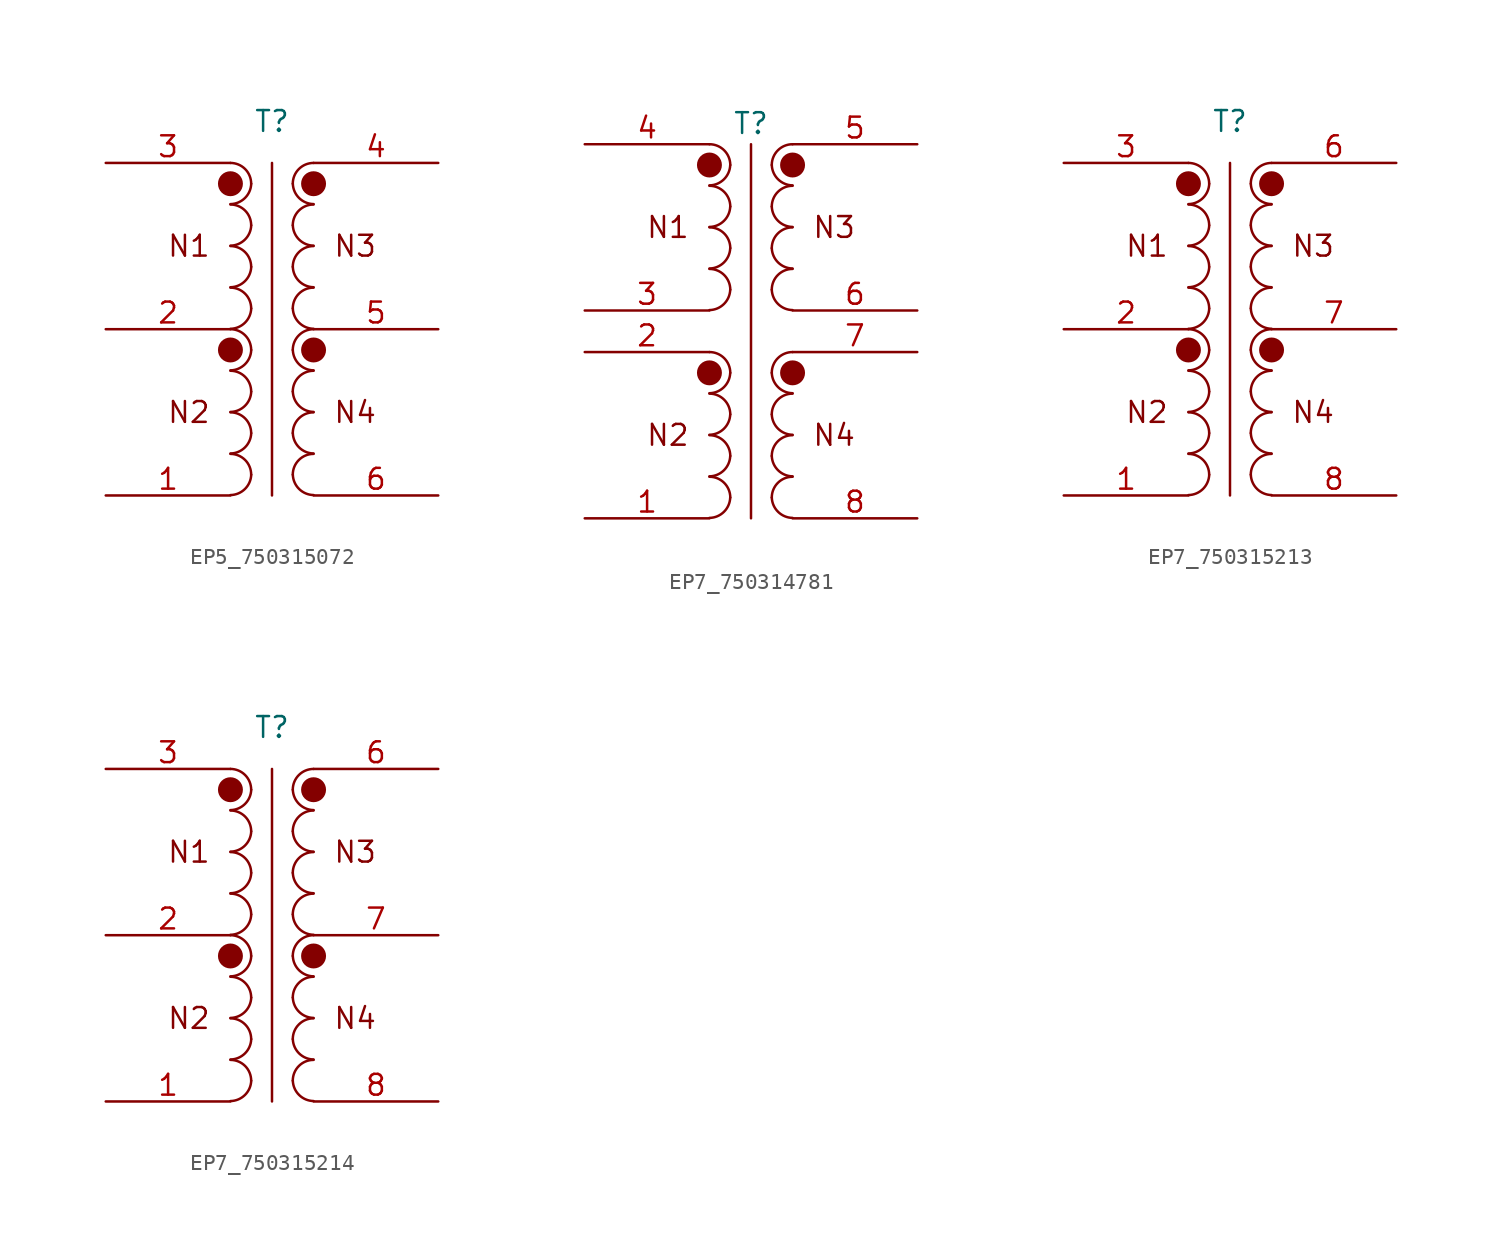
<source format=kicad_sym>
(kicad_symbol_lib
  (version 20220914)
  (generator kicad_symbol_editor)
  (symbol "EP5_750315072"
    (pin_names hide)
    (property "Reference" "T"
      (at 0 12.7 0)
      (effects (font (size 1.27 1.27))))
    (property "Critical Parameter" ""
      (at 0 -5.08 0)
      (effects (font (size 1.27 1.27)) (justify left)))
    (symbol "EP5_750315072_0_1"
      (arc (start -2.54 -10.1346) (mid -1.6561 -9.7663) (end -1.27 -8.89) (stroke (width 0) (type default)) (fill (type none)))
      (arc (start -2.54 -7.5946) (mid -1.6561 -7.2263) (end -1.27 -6.35) (stroke (width 0) (type default)) (fill (type none)))
      (arc (start -2.54 -5.0546) (mid -1.6561 -4.6863) (end -1.27 -3.81) (stroke (width 0) (type default)) (fill (type none)))
      (arc (start -2.54 -2.5146) (mid -1.6561 -2.1463) (end -1.27 -1.27) (stroke (width 0) (type default)) (fill (type none)))
      (arc (start -2.54 0.0254) (mid -1.6561 0.3937) (end -1.27 1.27) (stroke (width 0) (type default)) (fill (type none)))
      (arc (start -2.54 2.5654) (mid -1.6561 2.9337) (end -1.27 3.81) (stroke (width 0) (type default)) (fill (type none)))
      (arc (start -2.54 5.1054) (mid -1.6561 5.4737) (end -1.27 6.35) (stroke (width 0) (type default)) (fill (type none)))
      (arc (start -2.54 7.6454) (mid -1.6561 8.0137) (end -1.27 8.89) (stroke (width 0) (type default)) (fill (type none)))
      (arc (start -1.27 -8.89) (mid -1.642 -7.992) (end -2.54 -7.62) (stroke (width 0) (type default)) (fill (type none)))
      (arc (start -1.27 -6.35) (mid -1.642 -5.452) (end -2.54 -5.08) (stroke (width 0) (type default)) (fill (type none)))
      (arc (start -1.27 -3.81) (mid -1.642 -2.912) (end -2.54 -2.54) (stroke (width 0) (type default)) (fill (type none)))
      (arc (start -1.27 -1.27) (mid -1.642 -0.372) (end -2.54 0) (stroke (width 0) (type default)) (fill (type none)))
      (arc (start -1.27 1.27) (mid -1.642 2.168) (end -2.54 2.54) (stroke (width 0) (type default)) (fill (type none)))
      (arc (start -1.27 3.81) (mid -1.642 4.708) (end -2.54 5.08) (stroke (width 0) (type default)) (fill (type none)))
      (arc (start -1.27 6.35) (mid -1.642 7.248) (end -2.54 7.62) (stroke (width 0) (type default)) (fill (type none)))
      (arc (start -1.27 8.89) (mid -1.642 9.788) (end -2.54 10.16) (stroke (width 0) (type default)) (fill (type none)))
      (polyline (pts (xy 0 -10.16) (xy 0 10.16)) (stroke (width 0) (type default)) (fill (type none)))
      (arc (start 1.27 -8.89) (mid 1.6561 -9.7663) (end 2.54 -10.1346) (stroke (width 0) (type default)) (fill (type none)))
      (arc (start 1.27 -6.35) (mid 1.6561 -7.2263) (end 2.54 -7.5946) (stroke (width 0) (type default)) (fill (type none)))
      (arc (start 1.27 -3.81) (mid 1.6561 -4.6863) (end 2.54 -5.0546) (stroke (width 0) (type default)) (fill (type none)))
      (arc (start 1.27 -1.27) (mid 1.6561 -2.1463) (end 2.54 -2.5146) (stroke (width 0) (type default)) (fill (type none)))
      (arc (start 1.27 1.27) (mid 1.6561 0.3937) (end 2.54 0.0254) (stroke (width 0) (type default)) (fill (type none)))
      (arc (start 1.27 3.81) (mid 1.6561 2.9337) (end 2.54 2.5654) (stroke (width 0) (type default)) (fill (type none)))
      (arc (start 1.27 6.35) (mid 1.6561 5.4737) (end 2.54 5.1054) (stroke (width 0) (type default)) (fill (type none)))
      (arc (start 1.27 8.89) (mid 1.6561 8.0137) (end 2.54 7.6454) (stroke (width 0) (type default)) (fill (type none)))
      (arc (start 2.54 -7.62) (mid 1.642 -7.992) (end 1.27 -8.89) (stroke (width 0) (type default)) (fill (type none)))
      (arc (start 2.54 -5.08) (mid 1.642 -5.452) (end 1.27 -6.35) (stroke (width 0) (type default)) (fill (type none)))
      (arc (start 2.54 -2.54) (mid 1.642 -2.912) (end 1.27 -3.81) (stroke (width 0) (type default)) (fill (type none)))
      (arc (start 2.54 0) (mid 1.642 -0.372) (end 1.27 -1.27) (stroke (width 0) (type default)) (fill (type none)))
      (arc (start 2.54 2.54) (mid 1.642 2.168) (end 1.27 1.27) (stroke (width 0) (type default)) (fill (type none)))
      (arc (start 2.54 5.08) (mid 1.642 4.708) (end 1.27 3.81) (stroke (width 0) (type default)) (fill (type none)))
      (arc (start 2.54 7.62) (mid 1.642 7.248) (end 1.27 6.35) (stroke (width 0) (type default)) (fill (type none)))
      (arc (start 2.54 10.16) (mid 1.642 9.788) (end 1.27 8.89) (stroke (width 0) (type default)) (fill (type none))))
    (symbol "EP5_750315072_1_1"
      (circle (center -2.54 -1.27) (radius 0.0001) (stroke (width 0.762) (type default)) (fill (type none)))
      (circle (center -2.54 8.89) (radius 0.0001) (stroke (width 0.762) (type default)) (fill (type none)))
      (circle (center 2.54 -1.27) (radius 0.0001) (stroke (width 0.762) (type default)) (fill (type none)))
      (circle (center 2.54 8.89) (radius 0.0001) (stroke (width 0.762) (type default)) (fill (type none)))
      (text "N1" (at -5.08 5.08 0) (effects (font (size 1.27 1.27))))
      (text "N2" (at -5.08 -5.08 0) (effects (font (size 1.27 1.27))))
      (text "N3" (at 5.08 5.08 0) (effects (font (size 1.27 1.27))))
      (text "N4" (at 5.08 -5.08 0) (effects (font (size 1.27 1.27))))
      (pin passive line (at -10.16 -10.16 0) (length 7.62) (name "1" (effects (font (size 1.27 1.27)))) (number "1" (effects (font (size 1.27 1.27)))))
      (pin passive line (at -10.16 0 0) (length 7.62) (name "2" (effects (font (size 1.27 1.27)))) (number "2" (effects (font (size 1.27 1.27)))))
      (pin passive line (at -10.16 10.16 0) (length 7.62) (name "3" (effects (font (size 1.27 1.27)))) (number "3" (effects (font (size 1.27 1.27)))))
      (pin passive line (at 10.16 10.16 180) (length 7.62) (name "4" (effects (font (size 1.27 1.27)))) (number "4" (effects (font (size 1.27 1.27)))))
      (pin passive line (at 10.16 0 180) (length 7.62) (name "5" (effects (font (size 1.27 1.27)))) (number "5" (effects (font (size 1.27 1.27)))))
      (pin passive line (at 10.16 -10.16 180) (length 7.62) (name "6" (effects (font (size 1.27 1.27)))) (number "6" (effects (font (size 1.27 1.27)))))))
  (symbol "EP7_750314781"
    (pin_names hide)
    (property "Reference" "T"
      (at 0 12.7 0)
      (effects (font (size 1.27 1.27))))
    (property "Critical Parameter" ""
      (at 0 -6.35 0)
      (effects (font (size 1.27 1.27)) (justify left)))
    (symbol "EP7_750314781_0_1"
      (arc (start -2.54 -11.4046) (mid -1.6561 -11.0363) (end -1.27 -10.16) (stroke (width 0) (type default)) (fill (type none)))
      (arc (start -2.54 -8.8646) (mid -1.6561 -8.4963) (end -1.27 -7.62) (stroke (width 0) (type default)) (fill (type none)))
      (arc (start -2.54 -6.3246) (mid -1.6561 -5.9563) (end -1.27 -5.08) (stroke (width 0) (type default)) (fill (type none)))
      (arc (start -2.54 -3.7846) (mid -1.6561 -3.4163) (end -1.27 -2.54) (stroke (width 0) (type default)) (fill (type none)))
      (arc (start -2.54 1.2954) (mid -1.6561 1.6637) (end -1.27 2.54) (stroke (width 0) (type default)) (fill (type none)))
      (arc (start -2.54 3.8354) (mid -1.6561 4.2037) (end -1.27 5.08) (stroke (width 0) (type default)) (fill (type none)))
      (arc (start -2.54 6.3754) (mid -1.6561 6.7437) (end -1.27 7.62) (stroke (width 0) (type default)) (fill (type none)))
      (arc (start -2.54 8.9154) (mid -1.6561 9.2837) (end -1.27 10.16) (stroke (width 0) (type default)) (fill (type none)))
      (arc (start -1.27 -10.16) (mid -1.642 -9.262) (end -2.54 -8.89) (stroke (width 0) (type default)) (fill (type none)))
      (arc (start -1.27 -7.62) (mid -1.642 -6.722) (end -2.54 -6.35) (stroke (width 0) (type default)) (fill (type none)))
      (arc (start -1.27 -5.08) (mid -1.642 -4.182) (end -2.54 -3.81) (stroke (width 0) (type default)) (fill (type none)))
      (arc (start -1.27 -2.54) (mid -1.642 -1.642) (end -2.54 -1.27) (stroke (width 0) (type default)) (fill (type none)))
      (arc (start -1.27 2.54) (mid -1.642 3.438) (end -2.54 3.81) (stroke (width 0) (type default)) (fill (type none)))
      (arc (start -1.27 5.08) (mid -1.642 5.978) (end -2.54 6.35) (stroke (width 0) (type default)) (fill (type none)))
      (arc (start -1.27 7.62) (mid -1.642 8.518) (end -2.54 8.89) (stroke (width 0) (type default)) (fill (type none)))
      (arc (start -1.27 10.16) (mid -1.642 11.058) (end -2.54 11.43) (stroke (width 0) (type default)) (fill (type none)))
      (polyline (pts (xy 0 -11.43) (xy 0 11.43)) (stroke (width 0) (type default)) (fill (type none)))
      (arc (start 1.27 -10.16) (mid 1.6561 -11.0363) (end 2.54 -11.4046) (stroke (width 0) (type default)) (fill (type none)))
      (arc (start 1.27 -7.62) (mid 1.6561 -8.4963) (end 2.54 -8.8646) (stroke (width 0) (type default)) (fill (type none)))
      (arc (start 1.27 -5.08) (mid 1.6561 -5.9563) (end 2.54 -6.3246) (stroke (width 0) (type default)) (fill (type none)))
      (arc (start 1.27 -2.54) (mid 1.6561 -3.4163) (end 2.54 -3.7846) (stroke (width 0) (type default)) (fill (type none)))
      (arc (start 1.27 2.54) (mid 1.6561 1.6637) (end 2.54 1.2954) (stroke (width 0) (type default)) (fill (type none)))
      (arc (start 1.27 5.08) (mid 1.6561 4.2037) (end 2.54 3.8354) (stroke (width 0) (type default)) (fill (type none)))
      (arc (start 1.27 7.62) (mid 1.6561 6.7437) (end 2.54 6.3754) (stroke (width 0) (type default)) (fill (type none)))
      (arc (start 1.27 10.16) (mid 1.6561 9.2837) (end 2.54 8.9154) (stroke (width 0) (type default)) (fill (type none)))
      (arc (start 2.54 -8.89) (mid 1.642 -9.262) (end 1.27 -10.16) (stroke (width 0) (type default)) (fill (type none)))
      (arc (start 2.54 -6.35) (mid 1.642 -6.722) (end 1.27 -7.62) (stroke (width 0) (type default)) (fill (type none)))
      (arc (start 2.54 -3.81) (mid 1.642 -4.182) (end 1.27 -5.08) (stroke (width 0) (type default)) (fill (type none)))
      (arc (start 2.54 -1.27) (mid 1.642 -1.642) (end 1.27 -2.54) (stroke (width 0) (type default)) (fill (type none)))
      (arc (start 2.54 3.81) (mid 1.642 3.438) (end 1.27 2.54) (stroke (width 0) (type default)) (fill (type none)))
      (arc (start 2.54 6.35) (mid 1.642 5.978) (end 1.27 5.08) (stroke (width 0) (type default)) (fill (type none)))
      (arc (start 2.54 8.89) (mid 1.642 8.518) (end 1.27 7.62) (stroke (width 0) (type default)) (fill (type none)))
      (arc (start 2.54 11.43) (mid 1.642 11.058) (end 1.27 10.16) (stroke (width 0) (type default)) (fill (type none))))
    (symbol "EP7_750314781_1_1"
      (circle (center -2.54 -2.54) (radius 0.0001) (stroke (width 0.762) (type default)) (fill (type none)))
      (circle (center -2.54 10.16) (radius 0.0001) (stroke (width 0.762) (type default)) (fill (type none)))
      (circle (center 2.54 -2.54) (radius 0.0001) (stroke (width 0.762) (type default)) (fill (type none)))
      (circle (center 2.54 10.16) (radius 0.0001) (stroke (width 0.762) (type default)) (fill (type none)))
      (text "N1" (at -5.08 6.35 0) (effects (font (size 1.27 1.27))))
      (text "N2" (at -5.08 -6.35 0) (effects (font (size 1.27 1.27))))
      (text "N3" (at 5.08 6.35 0) (effects (font (size 1.27 1.27))))
      (text "N4" (at 5.08 -6.35 0) (effects (font (size 1.27 1.27))))
      (pin passive line (at -10.16 -11.43 0) (length 7.62) (name "1" (effects (font (size 1.27 1.27)))) (number "1" (effects (font (size 1.27 1.27)))))
      (pin passive line (at -10.16 -1.27 0) (length 7.62) (name "2" (effects (font (size 1.27 1.27)))) (number "2" (effects (font (size 1.27 1.27)))))
      (pin passive line (at -10.16 1.27 0) (length 7.62) (name "3" (effects (font (size 1.27 1.27)))) (number "3" (effects (font (size 1.27 1.27)))))
      (pin passive line (at -10.16 11.43 0) (length 7.62) (name "4" (effects (font (size 1.27 1.27)))) (number "4" (effects (font (size 1.27 1.27)))))
      (pin passive line (at 10.16 11.43 180) (length 7.62) (name "5" (effects (font (size 1.27 1.27)))) (number "5" (effects (font (size 1.27 1.27)))))
      (pin passive line (at 10.16 1.27 180) (length 7.62) (name "6" (effects (font (size 1.27 1.27)))) (number "6" (effects (font (size 1.27 1.27)))))
      (pin passive line (at 10.16 -1.27 180) (length 7.62) (name "7" (effects (font (size 1.27 1.27)))) (number "7" (effects (font (size 1.27 1.27)))))
      (pin passive line (at 10.16 -11.43 180) (length 7.62) (name "8" (effects (font (size 1.27 1.27)))) (number "8" (effects (font (size 1.27 1.27)))))))
  (symbol "EP7_750315213"
    (pin_names hide)
    (property "Reference" "T"
      (at 0 12.7 0)
      (effects (font (size 1.27 1.27))))
    (property "Critical Parameter" ""
      (at 0 -5.08 0)
      (effects (font (size 1.27 1.27)) (justify left)))
    (symbol "EP7_750315213_0_1"
      (arc (start -2.54 -10.1346) (mid -1.6561 -9.7663) (end -1.27 -8.89) (stroke (width 0) (type default)) (fill (type none)))
      (arc (start -2.54 -7.5946) (mid -1.6561 -7.2263) (end -1.27 -6.35) (stroke (width 0) (type default)) (fill (type none)))
      (arc (start -2.54 -5.0546) (mid -1.6561 -4.6863) (end -1.27 -3.81) (stroke (width 0) (type default)) (fill (type none)))
      (arc (start -2.54 -2.5146) (mid -1.6561 -2.1463) (end -1.27 -1.27) (stroke (width 0) (type default)) (fill (type none)))
      (arc (start -2.54 0.0254) (mid -1.6561 0.3937) (end -1.27 1.27) (stroke (width 0) (type default)) (fill (type none)))
      (arc (start -2.54 2.5654) (mid -1.6561 2.9337) (end -1.27 3.81) (stroke (width 0) (type default)) (fill (type none)))
      (arc (start -2.54 5.1054) (mid -1.6561 5.4737) (end -1.27 6.35) (stroke (width 0) (type default)) (fill (type none)))
      (arc (start -2.54 7.6454) (mid -1.6561 8.0137) (end -1.27 8.89) (stroke (width 0) (type default)) (fill (type none)))
      (arc (start -1.27 -8.89) (mid -1.642 -7.992) (end -2.54 -7.62) (stroke (width 0) (type default)) (fill (type none)))
      (arc (start -1.27 -6.35) (mid -1.642 -5.452) (end -2.54 -5.08) (stroke (width 0) (type default)) (fill (type none)))
      (arc (start -1.27 -3.81) (mid -1.642 -2.912) (end -2.54 -2.54) (stroke (width 0) (type default)) (fill (type none)))
      (arc (start -1.27 -1.27) (mid -1.642 -0.372) (end -2.54 0) (stroke (width 0) (type default)) (fill (type none)))
      (arc (start -1.27 1.27) (mid -1.642 2.168) (end -2.54 2.54) (stroke (width 0) (type default)) (fill (type none)))
      (arc (start -1.27 3.81) (mid -1.642 4.708) (end -2.54 5.08) (stroke (width 0) (type default)) (fill (type none)))
      (arc (start -1.27 6.35) (mid -1.642 7.248) (end -2.54 7.62) (stroke (width 0) (type default)) (fill (type none)))
      (arc (start -1.27 8.89) (mid -1.642 9.788) (end -2.54 10.16) (stroke (width 0) (type default)) (fill (type none)))
      (polyline (pts (xy 0 -10.16) (xy 0 10.16)) (stroke (width 0) (type default)) (fill (type none)))
      (arc (start 1.27 -8.89) (mid 1.6561 -9.7663) (end 2.54 -10.1346) (stroke (width 0) (type default)) (fill (type none)))
      (arc (start 1.27 -6.35) (mid 1.6561 -7.2263) (end 2.54 -7.5946) (stroke (width 0) (type default)) (fill (type none)))
      (arc (start 1.27 -3.81) (mid 1.6561 -4.6863) (end 2.54 -5.0546) (stroke (width 0) (type default)) (fill (type none)))
      (arc (start 1.27 -1.27) (mid 1.6561 -2.1463) (end 2.54 -2.5146) (stroke (width 0) (type default)) (fill (type none)))
      (arc (start 1.27 1.27) (mid 1.6561 0.3937) (end 2.54 0.0254) (stroke (width 0) (type default)) (fill (type none)))
      (arc (start 1.27 3.81) (mid 1.6561 2.9337) (end 2.54 2.5654) (stroke (width 0) (type default)) (fill (type none)))
      (arc (start 1.27 6.35) (mid 1.6561 5.4737) (end 2.54 5.1054) (stroke (width 0) (type default)) (fill (type none)))
      (arc (start 1.27 8.89) (mid 1.6561 8.0137) (end 2.54 7.6454) (stroke (width 0) (type default)) (fill (type none)))
      (arc (start 2.54 -7.62) (mid 1.642 -7.992) (end 1.27 -8.89) (stroke (width 0) (type default)) (fill (type none)))
      (arc (start 2.54 -5.08) (mid 1.642 -5.452) (end 1.27 -6.35) (stroke (width 0) (type default)) (fill (type none)))
      (arc (start 2.54 -2.54) (mid 1.642 -2.912) (end 1.27 -3.81) (stroke (width 0) (type default)) (fill (type none)))
      (arc (start 2.54 0) (mid 1.642 -0.372) (end 1.27 -1.27) (stroke (width 0) (type default)) (fill (type none)))
      (arc (start 2.54 2.54) (mid 1.642 2.168) (end 1.27 1.27) (stroke (width 0) (type default)) (fill (type none)))
      (arc (start 2.54 5.08) (mid 1.642 4.708) (end 1.27 3.81) (stroke (width 0) (type default)) (fill (type none)))
      (arc (start 2.54 7.62) (mid 1.642 7.248) (end 1.27 6.35) (stroke (width 0) (type default)) (fill (type none)))
      (arc (start 2.54 10.16) (mid 1.642 9.788) (end 1.27 8.89) (stroke (width 0) (type default)) (fill (type none))))
    (symbol "EP7_750315213_1_1"
      (circle (center -2.54 -1.27) (radius 0.0001) (stroke (width 0.762) (type default)) (fill (type none)))
      (circle (center -2.54 8.89) (radius 0.0001) (stroke (width 0.762) (type default)) (fill (type none)))
      (circle (center 2.54 -1.27) (radius 0.0001) (stroke (width 0.762) (type default)) (fill (type none)))
      (circle (center 2.54 8.89) (radius 0.0001) (stroke (width 0.762) (type default)) (fill (type none)))
      (text "N1" (at -5.08 5.08 0) (effects (font (size 1.27 1.27))))
      (text "N2" (at -5.08 -5.08 0) (effects (font (size 1.27 1.27))))
      (text "N3" (at 5.08 5.08 0) (effects (font (size 1.27 1.27))))
      (text "N4" (at 5.08 -5.08 0) (effects (font (size 1.27 1.27))))
      (pin passive line (at -10.16 -10.16 0) (length 7.62) (name "1" (effects (font (size 1.27 1.27)))) (number "1" (effects (font (size 1.27 1.27)))))
      (pin passive line (at -10.16 0 0) (length 7.62) (name "2" (effects (font (size 1.27 1.27)))) (number "2" (effects (font (size 1.27 1.27)))))
      (pin passive line (at -10.16 10.16 0) (length 7.62) (name "3" (effects (font (size 1.27 1.27)))) (number "3" (effects (font (size 1.27 1.27)))))
      (pin passive line (at 10.16 10.16 180) (length 7.62) (name "6" (effects (font (size 1.27 1.27)))) (number "6" (effects (font (size 1.27 1.27)))))
      (pin passive line (at 10.16 0 180) (length 7.62) (name "7" (effects (font (size 1.27 1.27)))) (number "7" (effects (font (size 1.27 1.27)))))
      (pin passive line (at 10.16 -10.16 180) (length 7.62) (name "8" (effects (font (size 1.27 1.27)))) (number "8" (effects (font (size 1.27 1.27)))))))
  (symbol "EP7_750315214"
    (pin_names hide)
    (property "Reference" "T"
      (at 0 12.7 0)
      (effects (font (size 1.27 1.27))))
    (property "Critical Parameter" ""
      (at 0 -5.08 0)
      (effects (font (size 1.27 1.27)) (justify left)))
    (symbol "EP7_750315214_0_1"
      (arc (start -2.54 -10.1346) (mid -1.6561 -9.7663) (end -1.27 -8.89) (stroke (width 0) (type default)) (fill (type none)))
      (arc (start -2.54 -7.5946) (mid -1.6561 -7.2263) (end -1.27 -6.35) (stroke (width 0) (type default)) (fill (type none)))
      (arc (start -2.54 -5.0546) (mid -1.6561 -4.6863) (end -1.27 -3.81) (stroke (width 0) (type default)) (fill (type none)))
      (arc (start -2.54 -2.5146) (mid -1.6561 -2.1463) (end -1.27 -1.27) (stroke (width 0) (type default)) (fill (type none)))
      (arc (start -2.54 0.0254) (mid -1.6561 0.3937) (end -1.27 1.27) (stroke (width 0) (type default)) (fill (type none)))
      (arc (start -2.54 2.5654) (mid -1.6561 2.9337) (end -1.27 3.81) (stroke (width 0) (type default)) (fill (type none)))
      (arc (start -2.54 5.1054) (mid -1.6561 5.4737) (end -1.27 6.35) (stroke (width 0) (type default)) (fill (type none)))
      (arc (start -2.54 7.6454) (mid -1.6561 8.0137) (end -1.27 8.89) (stroke (width 0) (type default)) (fill (type none)))
      (arc (start -1.27 -8.89) (mid -1.642 -7.992) (end -2.54 -7.62) (stroke (width 0) (type default)) (fill (type none)))
      (arc (start -1.27 -6.35) (mid -1.642 -5.452) (end -2.54 -5.08) (stroke (width 0) (type default)) (fill (type none)))
      (arc (start -1.27 -3.81) (mid -1.642 -2.912) (end -2.54 -2.54) (stroke (width 0) (type default)) (fill (type none)))
      (arc (start -1.27 -1.27) (mid -1.642 -0.372) (end -2.54 0) (stroke (width 0) (type default)) (fill (type none)))
      (arc (start -1.27 1.27) (mid -1.642 2.168) (end -2.54 2.54) (stroke (width 0) (type default)) (fill (type none)))
      (arc (start -1.27 3.81) (mid -1.642 4.708) (end -2.54 5.08) (stroke (width 0) (type default)) (fill (type none)))
      (arc (start -1.27 6.35) (mid -1.642 7.248) (end -2.54 7.62) (stroke (width 0) (type default)) (fill (type none)))
      (arc (start -1.27 8.89) (mid -1.642 9.788) (end -2.54 10.16) (stroke (width 0) (type default)) (fill (type none)))
      (polyline (pts (xy 0 -10.16) (xy 0 10.16)) (stroke (width 0) (type default)) (fill (type none)))
      (arc (start 1.27 -8.89) (mid 1.6561 -9.7663) (end 2.54 -10.1346) (stroke (width 0) (type default)) (fill (type none)))
      (arc (start 1.27 -6.35) (mid 1.6561 -7.2263) (end 2.54 -7.5946) (stroke (width 0) (type default)) (fill (type none)))
      (arc (start 1.27 -3.81) (mid 1.6561 -4.6863) (end 2.54 -5.0546) (stroke (width 0) (type default)) (fill (type none)))
      (arc (start 1.27 -1.27) (mid 1.6561 -2.1463) (end 2.54 -2.5146) (stroke (width 0) (type default)) (fill (type none)))
      (arc (start 1.27 1.27) (mid 1.6561 0.3937) (end 2.54 0.0254) (stroke (width 0) (type default)) (fill (type none)))
      (arc (start 1.27 3.81) (mid 1.6561 2.9337) (end 2.54 2.5654) (stroke (width 0) (type default)) (fill (type none)))
      (arc (start 1.27 6.35) (mid 1.6561 5.4737) (end 2.54 5.1054) (stroke (width 0) (type default)) (fill (type none)))
      (arc (start 1.27 8.89) (mid 1.6561 8.0137) (end 2.54 7.6454) (stroke (width 0) (type default)) (fill (type none)))
      (arc (start 2.54 -7.62) (mid 1.642 -7.992) (end 1.27 -8.89) (stroke (width 0) (type default)) (fill (type none)))
      (arc (start 2.54 -5.08) (mid 1.642 -5.452) (end 1.27 -6.35) (stroke (width 0) (type default)) (fill (type none)))
      (arc (start 2.54 -2.54) (mid 1.642 -2.912) (end 1.27 -3.81) (stroke (width 0) (type default)) (fill (type none)))
      (arc (start 2.54 0) (mid 1.642 -0.372) (end 1.27 -1.27) (stroke (width 0) (type default)) (fill (type none)))
      (arc (start 2.54 2.54) (mid 1.642 2.168) (end 1.27 1.27) (stroke (width 0) (type default)) (fill (type none)))
      (arc (start 2.54 5.08) (mid 1.642 4.708) (end 1.27 3.81) (stroke (width 0) (type default)) (fill (type none)))
      (arc (start 2.54 7.62) (mid 1.642 7.248) (end 1.27 6.35) (stroke (width 0) (type default)) (fill (type none)))
      (arc (start 2.54 10.16) (mid 1.642 9.788) (end 1.27 8.89) (stroke (width 0) (type default)) (fill (type none))))
    (symbol "EP7_750315214_1_1"
      (circle (center -2.54 -1.27) (radius 0.0001) (stroke (width 0.762) (type default)) (fill (type none)))
      (circle (center -2.54 8.89) (radius 0.0001) (stroke (width 0.762) (type default)) (fill (type none)))
      (circle (center 2.54 -1.27) (radius 0.0001) (stroke (width 0.762) (type default)) (fill (type none)))
      (circle (center 2.54 8.89) (radius 0.0001) (stroke (width 0.762) (type default)) (fill (type none)))
      (text "N1" (at -5.08 5.08 0) (effects (font (size 1.27 1.27))))
      (text "N2" (at -5.08 -5.08 0) (effects (font (size 1.27 1.27))))
      (text "N3" (at 5.08 5.08 0) (effects (font (size 1.27 1.27))))
      (text "N4" (at 5.08 -5.08 0) (effects (font (size 1.27 1.27))))
      (pin passive line (at -10.16 -10.16 0) (length 7.62) (name "1" (effects (font (size 1.27 1.27)))) (number "1" (effects (font (size 1.27 1.27)))))
      (pin passive line (at -10.16 0 0) (length 7.62) (name "2" (effects (font (size 1.27 1.27)))) (number "2" (effects (font (size 1.27 1.27)))))
      (pin passive line (at -10.16 10.16 0) (length 7.62) (name "3" (effects (font (size 1.27 1.27)))) (number "3" (effects (font (size 1.27 1.27)))))
      (pin passive line (at 10.16 10.16 180) (length 7.62) (name "6" (effects (font (size 1.27 1.27)))) (number "6" (effects (font (size 1.27 1.27)))))
      (pin passive line (at 10.16 0 180) (length 7.62) (name "7" (effects (font (size 1.27 1.27)))) (number "7" (effects (font (size 1.27 1.27)))))
      (pin passive line (at 10.16 -10.16 180) (length 7.62) (name "8" (effects (font (size 1.27 1.27)))) (number "8" (effects (font (size 1.27 1.27))))))))
</source>
